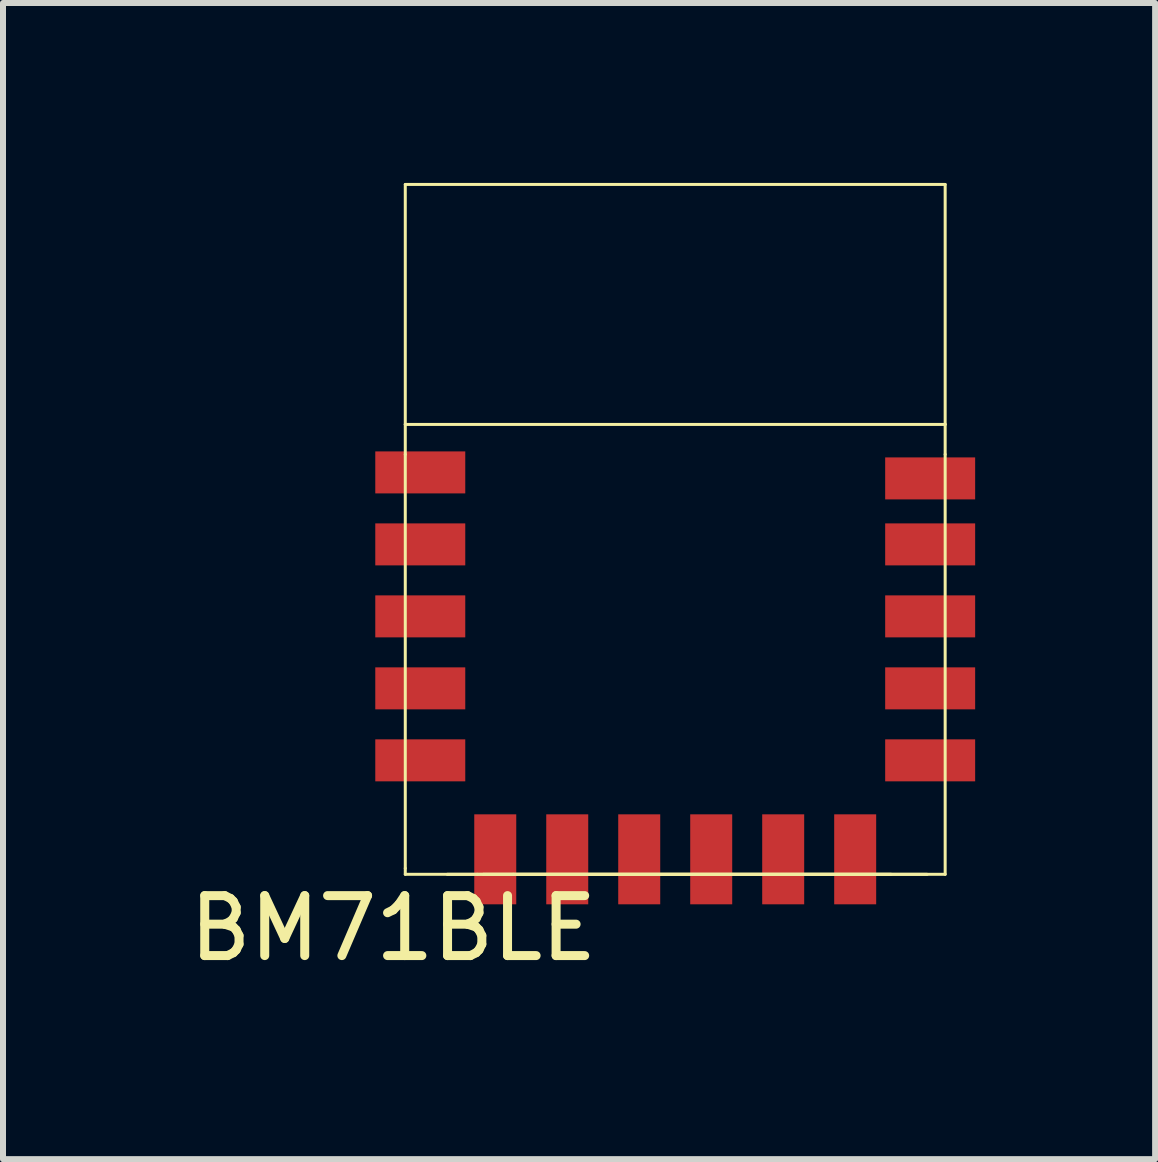
<source format=kicad_pcb>
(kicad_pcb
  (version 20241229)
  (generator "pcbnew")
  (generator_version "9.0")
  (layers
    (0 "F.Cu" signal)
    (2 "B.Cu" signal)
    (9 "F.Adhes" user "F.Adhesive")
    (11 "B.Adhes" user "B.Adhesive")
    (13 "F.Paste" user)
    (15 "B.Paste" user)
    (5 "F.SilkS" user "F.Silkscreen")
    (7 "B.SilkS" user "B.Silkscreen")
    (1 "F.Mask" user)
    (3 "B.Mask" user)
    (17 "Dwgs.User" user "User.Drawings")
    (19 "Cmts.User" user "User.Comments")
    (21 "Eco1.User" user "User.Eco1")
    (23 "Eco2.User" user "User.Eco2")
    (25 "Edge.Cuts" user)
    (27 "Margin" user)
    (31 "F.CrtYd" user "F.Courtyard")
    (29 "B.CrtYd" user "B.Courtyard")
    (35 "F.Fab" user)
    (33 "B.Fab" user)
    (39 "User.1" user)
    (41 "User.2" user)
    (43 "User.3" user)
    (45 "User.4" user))
  (footprint "BM71BLE"
    (layer "F.Cu")
    (at 3.706 11.525)
    (property "Reference" "BM71BLE" (at -0.2 0.9 0) (layer "F.SilkS") (effects (font (size 1 1) (thickness 0.15))))
    (attr through_hole)
    (fp_line (start 0 -11.5) (end 9 -11.5) (stroke (width 0.05) (type solid)) (layer "F.SilkS"))
    (fp_line (start 0 -7.5) (end 0 -11.5) (stroke (width 0.05) (type solid)) (layer "F.SilkS"))
    (fp_line (start 0 -7.5) (end 9 -7.5) (stroke (width 0.05) (type solid)) (layer "F.SilkS"))
    (fp_line (start 0 -7) (end 0 -7.5) (stroke (width 0.05) (type solid)) (layer "F.SilkS"))
    (fp_line (start 0 -7) (end 0 -0.1) (stroke (width 0.05) (type solid)) (layer "F.SilkS"))
    (fp_line (start 0 0) (end 0 -0.1) (stroke (width 0.05) (type solid)) (layer "F.SilkS"))
    (fp_line (start 0 0) (end 9 0) (stroke (width 0.05) (type solid)) (layer "F.SilkS"))
    (fp_line (start 1.2 0) (end 0.7 0) (stroke (width 0.05) (type solid)) (layer "F.SilkS"))
    (fp_line (start 1.2 0) (end 8.1 0) (stroke (width 0.05) (type solid)) (layer "F.SilkS"))
    (fp_line (start 1.8 0) (end 1.3 0) (stroke (width 0.05) (type solid)) (layer "F.SilkS"))
    (fp_line (start 1.8 0) (end 8.7 0) (stroke (width 0.05) (type solid)) (layer "F.SilkS"))
    (fp_line (start 9 -11.5) (end 9 -7.5) (stroke (width 0.05) (type solid)) (layer "F.SilkS"))
    (fp_line (start 9 -7.5) (end 9 -7) (stroke (width 0.05) (type solid)) (layer "F.SilkS"))
    (fp_line (start 9 0) (end 9 -7) (stroke (width 0.05) (type solid)) (layer "F.SilkS"))
    (pad "1" smd rect (at 0.25 -6.7) (size 1.5 0.7) (layers "F.Cu" "F.Mask" "F.Paste"))
    (pad "2" smd rect (at 0.25 -5.5) (size 1.5 0.7) (layers "F.Cu" "F.Mask" "F.Paste"))
    (pad "3" smd rect (at 0.25 -4.3) (size 1.5 0.7) (layers "F.Cu" "F.Mask" "F.Paste"))
    (pad "4" smd rect (at 0.25 -3.1) (size 1.5 0.7) (layers "F.Cu" "F.Mask" "F.Paste"))
    (pad "5" smd rect (at 0.25 -1.9) (size 1.5 0.7) (layers "F.Cu" "F.Mask" "F.Paste"))
    (pad "6" smd rect (at 1.5 -0.25 90) (size 1.5 0.7) (layers "F.Cu" "F.Mask" "F.Paste"))
    (pad "7" smd rect (at 2.7 -0.25 90) (size 1.5 0.7) (layers "F.Cu" "F.Mask" "F.Paste"))
    (pad "8" smd rect (at 3.9 -0.25 90) (size 1.5 0.7) (layers "F.Cu" "F.Mask" "F.Paste"))
    (pad "9" smd rect (at 5.1 -0.25 90) (size 1.5 0.7) (layers "F.Cu" "F.Mask" "F.Paste"))
    (pad "10" smd rect (at 6.3 -0.25 90) (size 1.5 0.7) (layers "F.Cu" "F.Mask" "F.Paste"))
    (pad "11" smd rect (at 7.5 -0.25 90) (size 1.5 0.7) (layers "F.Cu" "F.Mask" "F.Paste"))
    (pad "12" smd rect (at 8.75 -1.9) (size 1.5 0.7) (layers "F.Cu" "F.Mask" "F.Paste"))
    (pad "13" smd rect (at 8.75 -3.1) (size 1.5 0.7) (layers "F.Cu" "F.Mask" "F.Paste"))
    (pad "14" smd rect (at 8.75 -4.3) (size 1.5 0.7) (layers "F.Cu" "F.Mask" "F.Paste"))
    (pad "15" smd rect (at 8.75 -5.5) (size 1.5 0.7) (layers "F.Cu" "F.Mask" "F.Paste"))
    (pad "16" smd rect (at 8.75 -6.6) (size 1.5 0.7) (layers "F.Cu" "F.Mask" "F.Paste")))
  (gr_rect
    (start -3 -3)
    (end 16.206 16.273)
    (stroke (width 0.1) (type default))
    (fill no)
    (layer "Edge.Cuts")))
</source>
